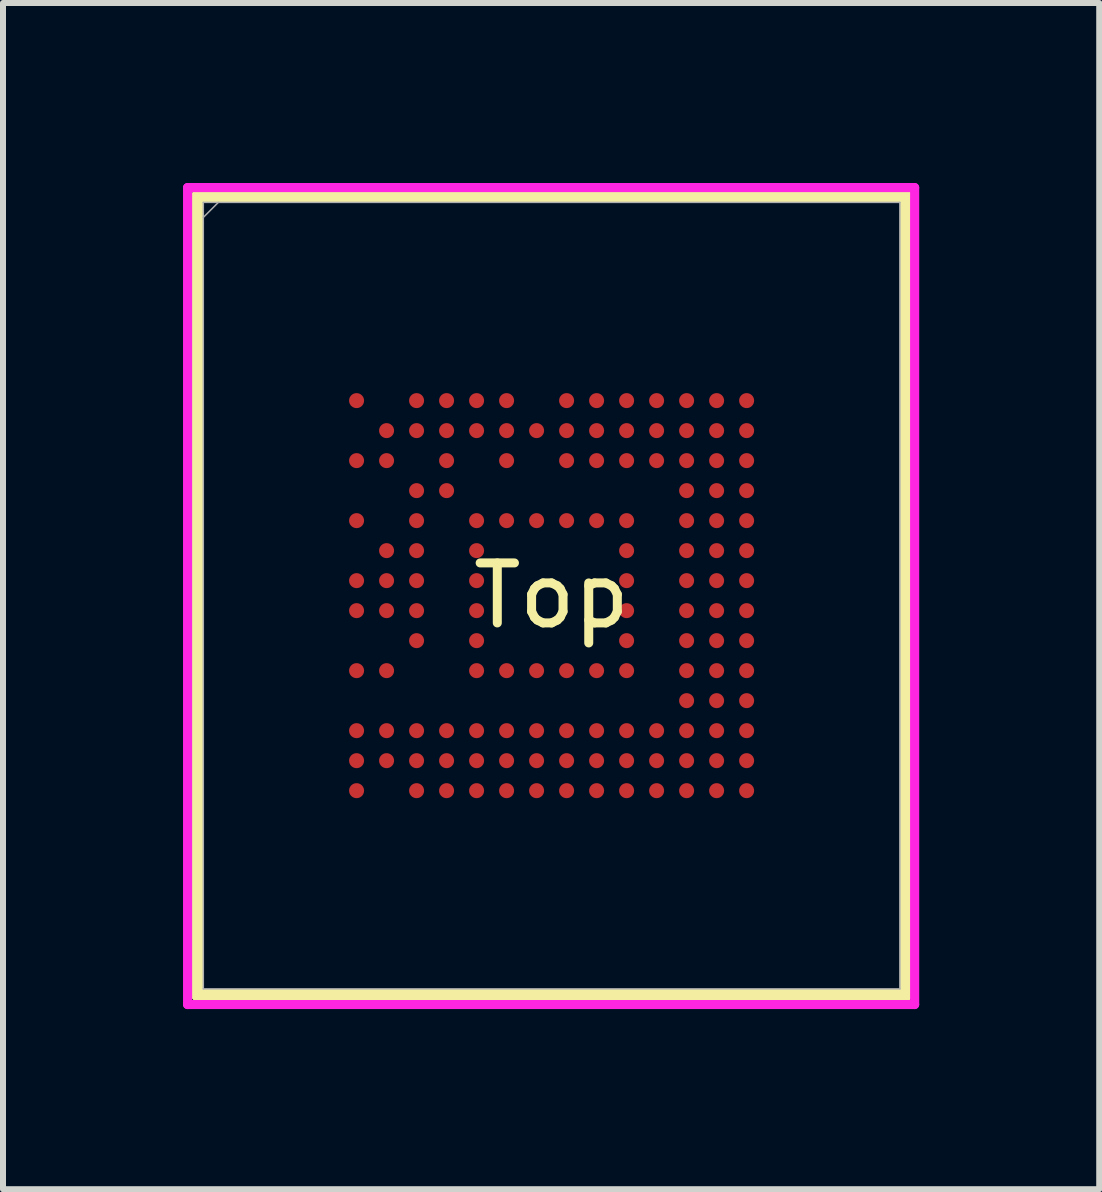
<source format=kicad_pcb>
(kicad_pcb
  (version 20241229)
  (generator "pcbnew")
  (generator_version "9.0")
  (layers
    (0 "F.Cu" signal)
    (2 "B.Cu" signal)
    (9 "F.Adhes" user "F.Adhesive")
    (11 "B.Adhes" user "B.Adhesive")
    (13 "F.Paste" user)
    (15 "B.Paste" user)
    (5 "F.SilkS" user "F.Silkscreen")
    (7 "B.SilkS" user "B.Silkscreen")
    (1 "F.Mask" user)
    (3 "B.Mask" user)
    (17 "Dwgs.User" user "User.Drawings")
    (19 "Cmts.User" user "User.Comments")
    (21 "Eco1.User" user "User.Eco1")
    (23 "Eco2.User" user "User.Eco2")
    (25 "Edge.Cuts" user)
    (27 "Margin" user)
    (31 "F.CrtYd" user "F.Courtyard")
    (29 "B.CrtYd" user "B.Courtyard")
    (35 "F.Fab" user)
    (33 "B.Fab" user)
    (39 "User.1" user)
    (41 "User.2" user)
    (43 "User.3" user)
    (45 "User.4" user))
  (footprint "Top"
    (layer "F.Cu")
    (at 6.142 6.876)
    (property "Reference" "Top" (at 0 0 0) (unlocked yes) (layer "F.SilkS") (effects (font (size 1 1) (thickness 0.15))))
    (attr smd)
    (fp_line (start -5.905 -6.655) (end -5.905 6.655) (stroke (width 0.203) (type solid)) (layer "F.SilkS"))
    (fp_line (start -5.905 6.655) (end 5.905 6.655) (stroke (width 0.203) (type solid)) (layer "F.SilkS"))
    (fp_line (start 5.905 -6.655) (end -5.905 -6.655) (stroke (width 0.203) (type solid)) (layer "F.SilkS"))
    (fp_line (start 5.905 6.655) (end 5.905 -6.655) (stroke (width 0.203) (type solid)) (layer "F.SilkS"))
    (fp_line (start -6.066 -6.8) (end -6.066 6.814) (stroke (width 0.152) (type solid)) (layer "F.CrtYd"))
    (fp_line (start -6.066 6.814) (end 6.05 6.814) (stroke (width 0.152) (type solid)) (layer "F.CrtYd"))
    (fp_line (start 6.05 -6.8) (end -6.066 -6.8) (stroke (width 0.152) (type solid)) (layer "F.CrtYd"))
    (fp_line (start 6.05 6.814) (end 6.05 -6.8) (stroke (width 0.152) (type solid)) (layer "F.CrtYd"))
    (fp_line (start -5.804 -6.553) (end -5.804 6.553) (stroke (width 0.025) (type solid)) (layer "F.Fab"))
    (fp_line (start -5.804 6.553) (end 5.804 6.553) (stroke (width 0.025) (type solid)) (layer "F.Fab"))
    (fp_line (start -5.554 -6.553) (end -5.804 -6.303) (stroke (width 0.025) (type solid)) (layer "F.Fab"))
    (fp_line (start 5.804 -6.553) (end -5.804 -6.553) (stroke (width 0.025) (type solid)) (layer "F.Fab"))
    (fp_line (start 5.804 6.553) (end 5.804 -6.553) (stroke (width 0.025) (type solid)) (layer "F.Fab"))
    (pad "" smd circle (at -3.25 -3.25) (size 0.25 0.25) (property pad_prop_bga) (layers "F.Cu" "F.Mask" "F.Paste"))
    (pad "" smd circle (at -3.25 -2.25) (size 0.25 0.25) (property pad_prop_bga) (layers "F.Cu" "F.Mask" "F.Paste"))
    (pad "" smd circle (at -3.25 -1.25) (size 0.25 0.25) (property pad_prop_bga) (layers "F.Cu" "F.Mask" "F.Paste"))
    (pad "" smd circle (at -3.25 -0.25) (size 0.25 0.25) (property pad_prop_bga) (layers "F.Cu" "F.Mask" "F.Paste"))
    (pad "" smd circle (at -3.25 0.25) (size 0.25 0.25) (property pad_prop_bga) (layers "F.Cu" "F.Mask" "F.Paste"))
    (pad "" smd circle (at -3.25 1.25) (size 0.25 0.25) (property pad_prop_bga) (layers "F.Cu" "F.Mask" "F.Paste"))
    (pad "" smd circle (at -3.25 2.25) (size 0.25 0.25) (property pad_prop_bga) (layers "F.Cu" "F.Mask" "F.Paste"))
    (pad "" smd circle (at -3.25 2.75) (size 0.25 0.25) (property pad_prop_bga) (layers "F.Cu" "F.Mask" "F.Paste"))
    (pad "" smd circle (at -3.25 3.25) (size 0.25 0.25) (property pad_prop_bga) (layers "F.Cu" "F.Mask" "F.Paste"))
    (pad "" smd circle (at -2.75 -0.75) (size 0.25 0.25) (property pad_prop_bga) (layers "F.Cu" "F.Mask" "F.Paste"))
    (pad "" smd circle (at -2.75 -0.25) (size 0.25 0.25) (property pad_prop_bga) (layers "F.Cu" "F.Mask" "F.Paste"))
    (pad "" smd circle (at -2.75 0.25) (size 0.25 0.25) (property pad_prop_bga) (layers "F.Cu" "F.Mask" "F.Paste"))
    (pad "" smd circle (at -2.75 1.25) (size 0.25 0.25) (property pad_prop_bga) (layers "F.Cu" "F.Mask" "F.Paste"))
    (pad "" smd circle (at -2.75 2.25) (size 0.25 0.25) (property pad_prop_bga) (layers "F.Cu" "F.Mask" "F.Paste"))
    (pad "" smd circle (at -2.25 -1.75) (size 0.25 0.25) (property pad_prop_bga) (layers "F.Cu" "F.Mask" "F.Paste"))
    (pad "" smd circle (at -2.25 -1.25) (size 0.25 0.25) (property pad_prop_bga) (layers "F.Cu" "F.Mask" "F.Paste"))
    (pad "" smd circle (at -2.25 -0.75) (size 0.25 0.25) (property pad_prop_bga) (layers "F.Cu" "F.Mask" "F.Paste"))
    (pad "" smd circle (at -2.25 -0.25) (size 0.25 0.25) (property pad_prop_bga) (layers "F.Cu" "F.Mask" "F.Paste"))
    (pad "" smd circle (at -2.25 0.25) (size 0.25 0.25) (property pad_prop_bga) (layers "F.Cu" "F.Mask" "F.Paste"))
    (pad "" smd circle (at -2.25 0.75) (size 0.25 0.25) (property pad_prop_bga) (layers "F.Cu" "F.Mask" "F.Paste"))
    (pad "" smd circle (at -2.25 2.25) (size 0.25 0.25) (property pad_prop_bga) (layers "F.Cu" "F.Mask" "F.Paste"))
    (pad "" smd circle (at -2.25 2.75) (size 0.25 0.25) (property pad_prop_bga) (layers "F.Cu" "F.Mask" "F.Paste"))
    (pad "" smd circle (at -1.75 -1.75) (size 0.25 0.25) (property pad_prop_bga) (layers "F.Cu" "F.Mask" "F.Paste"))
    (pad "" smd circle (at -1.25 -1.25) (size 0.25 0.25) (property pad_prop_bga) (layers "F.Cu" "F.Mask" "F.Paste"))
    (pad "" smd circle (at -0.75 1.25) (size 0.25 0.25) (property pad_prop_bga) (layers "F.Cu" "F.Mask" "F.Paste"))
    (pad "" smd circle (at -0.75 2.75) (size 0.25 0.25) (property pad_prop_bga) (layers "F.Cu" "F.Mask" "F.Paste"))
    (pad "" smd circle (at -0.25 -2.75) (size 0.25 0.25) (property pad_prop_bga) (layers "F.Cu" "F.Mask" "F.Paste"))
    (pad "" smd circle (at -0.25 1.25) (size 0.25 0.25) (property pad_prop_bga) (layers "F.Cu" "F.Mask" "F.Paste"))
    (pad "" smd circle (at -0.25 2.25) (size 0.25 0.25) (property pad_prop_bga) (layers "F.Cu" "F.Mask" "F.Paste"))
    (pad "" smd circle (at -0.25 2.75) (size 0.25 0.25) (property pad_prop_bga) (layers "F.Cu" "F.Mask" "F.Paste"))
    (pad "" smd circle (at -0.25 3.25) (size 0.25 0.25) (property pad_prop_bga) (layers "F.Cu" "F.Mask" "F.Paste"))
    (pad "" smd circle (at 0.25 -3.25) (size 0.25 0.25) (property pad_prop_bga) (layers "F.Cu" "F.Mask" "F.Paste"))
    (pad "" smd circle (at 0.25 -2.75) (size 0.25 0.25) (property pad_prop_bga) (layers "F.Cu" "F.Mask" "F.Paste"))
    (pad "" smd circle (at 0.25 -2.25) (size 0.25 0.25) (property pad_prop_bga) (layers "F.Cu" "F.Mask" "F.Paste"))
    (pad "" smd circle (at 0.25 -1.25) (size 0.25 0.25) (property pad_prop_bga) (layers "F.Cu" "F.Mask" "F.Paste"))
    (pad "" smd circle (at 0.25 2.25) (size 0.25 0.25) (property pad_prop_bga) (layers "F.Cu" "F.Mask" "F.Paste"))
    (pad "" smd circle (at 0.25 2.75) (size 0.25 0.25) (property pad_prop_bga) (layers "F.Cu" "F.Mask" "F.Paste"))
    (pad "" smd circle (at 0.25 3.25) (size 0.25 0.25) (property pad_prop_bga) (layers "F.Cu" "F.Mask" "F.Paste"))
    (pad "" smd circle (at 0.75 -3.25) (size 0.25 0.25) (property pad_prop_bga) (layers "F.Cu" "F.Mask" "F.Paste"))
    (pad "" smd circle (at 0.75 -2.75) (size 0.25 0.25) (property pad_prop_bga) (layers "F.Cu" "F.Mask" "F.Paste"))
    (pad "" smd circle (at 0.75 -2.25) (size 0.25 0.25) (property pad_prop_bga) (layers "F.Cu" "F.Mask" "F.Paste"))
    (pad "" smd circle (at 0.75 -1.25) (size 0.25 0.25) (property pad_prop_bga) (layers "F.Cu" "F.Mask" "F.Paste"))
    (pad "" smd circle (at 0.75 2.25) (size 0.25 0.25) (property pad_prop_bga) (layers "F.Cu" "F.Mask" "F.Paste"))
    (pad "" smd circle (at 0.75 2.75) (size 0.25 0.25) (property pad_prop_bga) (layers "F.Cu" "F.Mask" "F.Paste"))
    (pad "" smd circle (at 0.75 3.25) (size 0.25 0.25) (property pad_prop_bga) (layers "F.Cu" "F.Mask" "F.Paste"))
    (pad "" smd circle (at 1.25 -3.25) (size 0.25 0.25) (property pad_prop_bga) (layers "F.Cu" "F.Mask" "F.Paste"))
    (pad "" smd circle (at 1.25 -2.75) (size 0.25 0.25) (property pad_prop_bga) (layers "F.Cu" "F.Mask" "F.Paste"))
    (pad "" smd circle (at 1.25 -2.25) (size 0.25 0.25) (property pad_prop_bga) (layers "F.Cu" "F.Mask" "F.Paste"))
    (pad "" smd circle (at 1.25 -1.25) (size 0.25 0.25) (property pad_prop_bga) (layers "F.Cu" "F.Mask" "F.Paste"))
    (pad "" smd circle (at 1.25 -0.75) (size 0.25 0.25) (property pad_prop_bga) (layers "F.Cu" "F.Mask" "F.Paste"))
    (pad "" smd circle (at 1.25 -0.25) (size 0.25 0.25) (property pad_prop_bga) (layers "F.Cu" "F.Mask" "F.Paste"))
    (pad "" smd circle (at 1.25 1.25) (size 0.25 0.25) (property pad_prop_bga) (layers "F.Cu" "F.Mask" "F.Paste"))
    (pad "" smd circle (at 1.25 2.25) (size 0.25 0.25) (property pad_prop_bga) (layers "F.Cu" "F.Mask" "F.Paste"))
    (pad "" smd circle (at 1.25 2.75) (size 0.25 0.25) (property pad_prop_bga) (layers "F.Cu" "F.Mask" "F.Paste"))
    (pad "" smd circle (at 1.25 3.25) (size 0.25 0.25) (property pad_prop_bga) (layers "F.Cu" "F.Mask" "F.Paste"))
    (pad "" smd circle (at 1.75 -3.25) (size 0.25 0.25) (property pad_prop_bga) (layers "F.Cu" "F.Mask" "F.Paste"))
    (pad "" smd circle (at 1.75 -2.75) (size 0.25 0.25) (property pad_prop_bga) (layers "F.Cu" "F.Mask" "F.Paste"))
    (pad "" smd circle (at 1.75 -2.25) (size 0.25 0.25) (property pad_prop_bga) (layers "F.Cu" "F.Mask" "F.Paste"))
    (pad "" smd circle (at 1.75 2.25) (size 0.25 0.25) (property pad_prop_bga) (layers "F.Cu" "F.Mask" "F.Paste"))
    (pad "" smd circle (at 1.75 2.75) (size 0.25 0.25) (property pad_prop_bga) (layers "F.Cu" "F.Mask" "F.Paste"))
    (pad "" smd circle (at 1.75 3.25) (size 0.25 0.25) (property pad_prop_bga) (layers "F.Cu" "F.Mask" "F.Paste"))
    (pad "" smd circle (at 2.25 -3.25) (size 0.25 0.25) (property pad_prop_bga) (layers "F.Cu" "F.Mask" "F.Paste"))
    (pad "" smd circle (at 2.25 -2.75) (size 0.25 0.25) (property pad_prop_bga) (layers "F.Cu" "F.Mask" "F.Paste"))
    (pad "" smd circle (at 2.25 -2.25) (size 0.25 0.25) (property pad_prop_bga) (layers "F.Cu" "F.Mask" "F.Paste"))
    (pad "" smd circle (at 2.25 -1.75) (size 0.25 0.25) (property pad_prop_bga) (layers "F.Cu" "F.Mask" "F.Paste"))
    (pad "" smd circle (at 2.25 -1.25) (size 0.25 0.25) (property pad_prop_bga) (layers "F.Cu" "F.Mask" "F.Paste"))
    (pad "" smd circle (at 2.25 -0.75) (size 0.25 0.25) (property pad_prop_bga) (layers "F.Cu" "F.Mask" "F.Paste"))
    (pad "" smd circle (at 2.25 -0.25) (size 0.25 0.25) (property pad_prop_bga) (layers "F.Cu" "F.Mask" "F.Paste"))
    (pad "" smd circle (at 2.25 0.25) (size 0.25 0.25) (property pad_prop_bga) (layers "F.Cu" "F.Mask" "F.Paste"))
    (pad "" smd circle (at 2.25 0.75) (size 0.25 0.25) (property pad_prop_bga) (layers "F.Cu" "F.Mask" "F.Paste"))
    (pad "" smd circle (at 2.25 1.25) (size 0.25 0.25) (property pad_prop_bga) (layers "F.Cu" "F.Mask" "F.Paste"))
    (pad "" smd circle (at 2.25 1.75) (size 0.25 0.25) (property pad_prop_bga) (layers "F.Cu" "F.Mask" "F.Paste"))
    (pad "" smd circle (at 2.25 2.25) (size 0.25 0.25) (property pad_prop_bga) (layers "F.Cu" "F.Mask" "F.Paste"))
    (pad "" smd circle (at 2.25 2.75) (size 0.25 0.25) (property pad_prop_bga) (layers "F.Cu" "F.Mask" "F.Paste"))
    (pad "" smd circle (at 2.25 3.25) (size 0.25 0.25) (property pad_prop_bga) (layers "F.Cu" "F.Mask" "F.Paste"))
    (pad "" smd circle (at 2.75 -3.25) (size 0.25 0.25) (property pad_prop_bga) (layers "F.Cu" "F.Mask" "F.Paste"))
    (pad "" smd circle (at 2.75 -2.75) (size 0.25 0.25) (property pad_prop_bga) (layers "F.Cu" "F.Mask" "F.Paste"))
    (pad "" smd circle (at 2.75 -2.25) (size 0.25 0.25) (property pad_prop_bga) (layers "F.Cu" "F.Mask" "F.Paste"))
    (pad "" smd circle (at 2.75 -1.75) (size 0.25 0.25) (property pad_prop_bga) (layers "F.Cu" "F.Mask" "F.Paste"))
    (pad "" smd circle (at 2.75 -1.25) (size 0.25 0.25) (property pad_prop_bga) (layers "F.Cu" "F.Mask" "F.Paste"))
    (pad "" smd circle (at 2.75 -0.75) (size 0.25 0.25) (property pad_prop_bga) (layers "F.Cu" "F.Mask" "F.Paste"))
    (pad "" smd circle (at 2.75 -0.25) (size 0.25 0.25) (property pad_prop_bga) (layers "F.Cu" "F.Mask" "F.Paste"))
    (pad "" smd circle (at 2.75 0.25) (size 0.25 0.25) (property pad_prop_bga) (layers "F.Cu" "F.Mask" "F.Paste"))
    (pad "" smd circle (at 2.75 0.75) (size 0.25 0.25) (property pad_prop_bga) (layers "F.Cu" "F.Mask" "F.Paste"))
    (pad "" smd circle (at 2.75 1.25) (size 0.25 0.25) (property pad_prop_bga) (layers "F.Cu" "F.Mask" "F.Paste"))
    (pad "" smd circle (at 2.75 1.75) (size 0.25 0.25) (property pad_prop_bga) (layers "F.Cu" "F.Mask" "F.Paste"))
    (pad "" smd circle (at 2.75 2.25) (size 0.25 0.25) (property pad_prop_bga) (layers "F.Cu" "F.Mask" "F.Paste"))
    (pad "" smd circle (at 2.75 2.75) (size 0.25 0.25) (property pad_prop_bga) (layers "F.Cu" "F.Mask" "F.Paste"))
    (pad "" smd circle (at 2.75 3.25) (size 0.25 0.25) (property pad_prop_bga) (layers "F.Cu" "F.Mask" "F.Paste"))
    (pad "" smd circle (at 3.25 -3.25) (size 0.25 0.25) (property pad_prop_bga) (layers "F.Cu" "F.Mask" "F.Paste"))
    (pad "" smd circle (at 3.25 -2.75) (size 0.25 0.25) (property pad_prop_bga) (layers "F.Cu" "F.Mask" "F.Paste"))
    (pad "" smd circle (at 3.25 -2.25) (size 0.25 0.25) (property pad_prop_bga) (layers "F.Cu" "F.Mask" "F.Paste"))
    (pad "" smd circle (at 3.25 -1.75) (size 0.25 0.25) (property pad_prop_bga) (layers "F.Cu" "F.Mask" "F.Paste"))
    (pad "" smd circle (at 3.25 -1.25) (size 0.25 0.25) (property pad_prop_bga) (layers "F.Cu" "F.Mask" "F.Paste"))
    (pad "" smd circle (at 3.25 -0.75) (size 0.25 0.25) (property pad_prop_bga) (layers "F.Cu" "F.Mask" "F.Paste"))
    (pad "" smd circle (at 3.25 -0.25) (size 0.25 0.25) (property pad_prop_bga) (layers "F.Cu" "F.Mask" "F.Paste"))
    (pad "" smd circle (at 3.25 0.25) (size 0.25 0.25) (property pad_prop_bga) (layers "F.Cu" "F.Mask" "F.Paste"))
    (pad "" smd circle (at 3.25 0.75) (size 0.25 0.25) (property pad_prop_bga) (layers "F.Cu" "F.Mask" "F.Paste"))
    (pad "" smd circle (at 3.25 1.25) (size 0.25 0.25) (property pad_prop_bga) (layers "F.Cu" "F.Mask" "F.Paste"))
    (pad "" smd circle (at 3.25 1.75) (size 0.25 0.25) (property pad_prop_bga) (layers "F.Cu" "F.Mask" "F.Paste"))
    (pad "" smd circle (at 3.25 2.25) (size 0.25 0.25) (property pad_prop_bga) (layers "F.Cu" "F.Mask" "F.Paste"))
    (pad "" smd circle (at 3.25 2.75) (size 0.25 0.25) (property pad_prop_bga) (layers "F.Cu" "F.Mask" "F.Paste"))
    (pad "" smd circle (at 3.25 3.25) (size 0.25 0.25) (property pad_prop_bga) (layers "F.Cu" "F.Mask" "F.Paste"))
    (pad "A3" smd circle (at -2.25 -3.25) (size 0.25 0.25) (property pad_prop_bga) (layers "F.Cu" "F.Mask" "F.Paste"))
    (pad "A4" smd circle (at -1.75 -3.25) (size 0.25 0.25) (property pad_prop_bga) (layers "F.Cu" "F.Mask" "F.Paste"))
    (pad "A5" smd circle (at -1.25 -3.25) (size 0.25 0.25) (property pad_prop_bga) (layers "F.Cu" "F.Mask" "F.Paste"))
    (pad "A6" smd circle (at -0.75 -3.25) (size 0.25 0.25) (property pad_prop_bga) (layers "F.Cu" "F.Mask" "F.Paste"))
    (pad "B2" smd circle (at -2.75 -2.75) (size 0.25 0.25) (property pad_prop_bga) (layers "F.Cu" "F.Mask" "F.Paste"))
    (pad "B3" smd circle (at -2.25 -2.75) (size 0.25 0.25) (property pad_prop_bga) (layers "F.Cu" "F.Mask" "F.Paste"))
    (pad "B4" smd circle (at -1.75 -2.75) (size 0.25 0.25) (property pad_prop_bga) (layers "F.Cu" "F.Mask" "F.Paste"))
    (pad "B5" smd circle (at -1.25 -2.75) (size 0.25 0.25) (property pad_prop_bga) (layers "F.Cu" "F.Mask" "F.Paste"))
    (pad "B6" smd circle (at -0.75 -2.75) (size 0.25 0.25) (property pad_prop_bga) (layers "F.Cu" "F.Mask" "F.Paste"))
    (pad "C2" smd circle (at -2.75 -2.25) (size 0.25 0.25) (property pad_prop_bga) (layers "F.Cu" "F.Mask" "F.Paste"))
    (pad "C4" smd circle (at -1.75 -2.25) (size 0.25 0.25) (property pad_prop_bga) (layers "F.Cu" "F.Mask" "F.Paste"))
    (pad "C6" smd circle (at -0.75 -2.25) (size 0.25 0.25) (property pad_prop_bga) (layers "F.Cu" "F.Mask" "F.Paste"))
    (pad "E6" smd circle (at -0.75 -1.25) (size 0.25 0.25) (property pad_prop_bga) (layers "F.Cu" "F.Mask" "F.Paste"))
    (pad "E7" smd circle (at -0.25 -1.25) (size 0.25 0.25) (property pad_prop_bga) (layers "F.Cu" "F.Mask" "F.Paste"))
    (pad "F5" smd circle (at -1.25 -0.75) (size 0.25 0.25) (layers "F.Cu" "F.Mask" "F.Paste"))
    (pad "G5" smd circle (at -1.25 -0.25) (size 0.25 0.25) (layers "F.Cu" "F.Mask" "F.Paste"))
    (pad "H5" smd circle (at -1.25 0.25) (size 0.25 0.25) (property pad_prop_bga) (layers "F.Cu" "F.Mask" "F.Paste"))
    (pad "H10" smd circle (at 1.25 0.25) (size 0.25 0.25) (property pad_prop_bga) (layers "F.Cu" "F.Mask" "F.Paste"))
    (pad "J5" smd circle (at -1.25 0.75) (size 0.25 0.25) (property pad_prop_bga) (layers "F.Cu" "F.Mask" "F.Paste"))
    (pad "J10" smd circle (at 1.25 0.75) (size 0.25 0.25) (property pad_prop_bga) (layers "F.Cu" "F.Mask" "F.Paste"))
    (pad "K5" smd circle (at -1.25 1.25) (size 0.25 0.25) (property pad_prop_bga) (layers "F.Cu" "F.Mask" "F.Paste"))
    (pad "K8" smd circle (at 0.25 1.25) (size 0.25 0.25) (property pad_prop_bga) (layers "F.Cu" "F.Mask" "F.Paste"))
    (pad "K9" smd circle (at 0.75 1.25) (size 0.25 0.25) (property pad_prop_bga) (layers "F.Cu" "F.Mask" "F.Paste"))
    (pad "M4" smd circle (at -1.75 2.25) (size 0.25 0.25) (property pad_prop_bga) (layers "F.Cu" "F.Mask" "F.Paste"))
    (pad "M5" smd circle (at -1.25 2.25) (size 0.25 0.25) (property pad_prop_bga) (layers "F.Cu" "F.Mask" "F.Paste"))
    (pad "M6" smd circle (at -0.75 2.25) (size 0.25 0.25) (property pad_prop_bga) (layers "F.Cu" "F.Mask" "F.Paste"))
    (pad "N2" smd circle (at -2.75 2.75) (size 0.25 0.25) (property pad_prop_bga) (layers "F.Cu" "F.Mask" "F.Paste"))
    (pad "N4" smd circle (at -1.75 2.75) (size 0.25 0.25) (layers "F.Cu" "F.Mask" "F.Paste"))
    (pad "N5" smd circle (at -1.25 2.75) (size 0.25 0.25) (layers "F.Cu" "F.Mask" "F.Paste"))
    (pad "P3" smd circle (at -2.25 3.25) (size 0.25 0.25) (property pad_prop_bga) (layers "F.Cu" "F.Mask" "F.Paste"))
    (pad "P4" smd circle (at -1.75 3.25) (size 0.25 0.25) (property pad_prop_bga) (layers "F.Cu" "F.Mask" "F.Paste"))
    (pad "P5" smd circle (at -1.25 3.25) (size 0.25 0.25) (property pad_prop_bga) (layers "F.Cu" "F.Mask" "F.Paste"))
    (pad "P6" smd circle (at -0.75 3.25) (size 0.25 0.25) (property pad_prop_bga) (layers "F.Cu" "F.Mask" "F.Paste")))
  (gr_rect
    (start -3 -3)
    (end 15.268 16.767)
    (stroke (width 0.1) (type default))
    (fill no)
    (layer "Edge.Cuts")))
</source>
